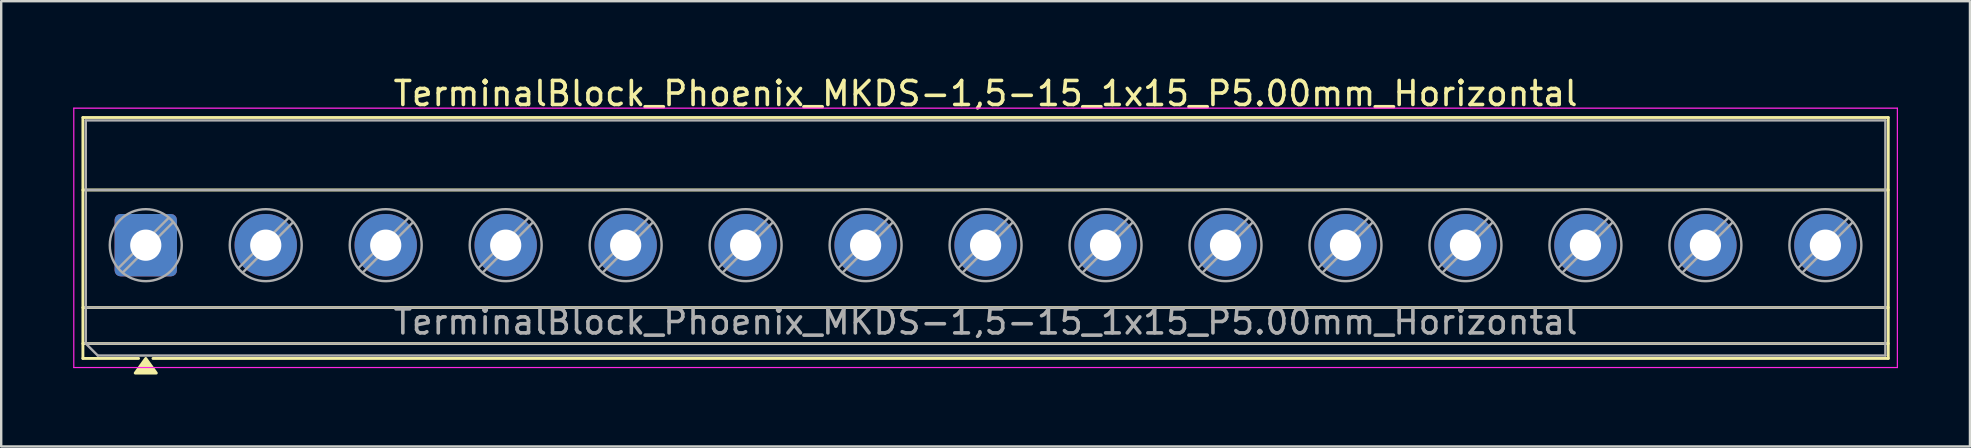
<source format=kicad_pcb>
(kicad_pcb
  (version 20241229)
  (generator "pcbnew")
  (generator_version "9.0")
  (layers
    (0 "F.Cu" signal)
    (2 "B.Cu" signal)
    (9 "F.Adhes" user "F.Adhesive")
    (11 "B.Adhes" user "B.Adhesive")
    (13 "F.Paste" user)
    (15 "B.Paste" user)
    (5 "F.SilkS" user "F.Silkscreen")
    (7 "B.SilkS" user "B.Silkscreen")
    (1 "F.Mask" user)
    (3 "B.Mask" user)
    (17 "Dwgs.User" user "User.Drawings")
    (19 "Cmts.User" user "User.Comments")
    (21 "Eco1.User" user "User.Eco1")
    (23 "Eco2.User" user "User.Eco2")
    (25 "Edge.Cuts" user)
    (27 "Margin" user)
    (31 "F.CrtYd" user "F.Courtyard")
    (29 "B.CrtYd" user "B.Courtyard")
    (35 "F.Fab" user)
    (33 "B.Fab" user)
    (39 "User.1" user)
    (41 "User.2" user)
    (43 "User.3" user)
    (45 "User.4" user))
  (footprint "TerminalBlock_Phoenix_MKDS-1,5-15_1x15_P5.00mm_Horizontal"
    (layer "F.Cu")
    (at 3.025 7.168)
    (property "Reference" "TerminalBlock_Phoenix_MKDS-1,5-15_1x15_P5.00mm_Horizontal" (at 35 -6.32 0) (layer "F.SilkS") (effects (font (size 1 1) (thickness 0.15))))
    (attr through_hole)
    (fp_line (start -2.62 -5.32) (end -2.62 4.72) (stroke (width 0.12) (type solid)) (layer "F.SilkS"))
    (fp_line (start -2.62 -5.32) (end 72.62 -5.32) (stroke (width 0.12) (type solid)) (layer "F.SilkS"))
    (fp_line (start -2.62 -2.3) (end 72.62 -2.3) (stroke (width 0.12) (type solid)) (layer "F.SilkS"))
    (fp_line (start -2.62 2.6) (end 72.62 2.6) (stroke (width 0.12) (type solid)) (layer "F.SilkS"))
    (fp_line (start -2.62 4.1) (end 72.62 4.1) (stroke (width 0.12) (type solid)) (layer "F.SilkS"))
    (fp_line (start -2.62 4.72) (end -0.3 4.72) (stroke (width 0.12) (type solid)) (layer "F.SilkS"))
    (fp_line (start 0.3 4.72) (end 72.62 4.72) (stroke (width 0.12) (type solid)) (layer "F.SilkS"))
    (fp_line (start 72.62 -5.32) (end 72.62 4.72) (stroke (width 0.12) (type solid)) (layer "F.SilkS"))
    (fp_poly (pts (xy 0 4.72) (xy 0.44 5.33) (xy -0.44 5.33)) (stroke (width 0.12) (type solid)) (fill yes) (layer "F.SilkS"))
    (fp_line (start -3 -5.71) (end -3 5.1) (stroke (width 0.05) (type solid)) (layer "F.CrtYd"))
    (fp_line (start -3 5.1) (end 73 5.1) (stroke (width 0.05) (type solid)) (layer "F.CrtYd"))
    (fp_line (start 73 -5.71) (end -3 -5.71) (stroke (width 0.05) (type solid)) (layer "F.CrtYd"))
    (fp_line (start 73 5.1) (end 73 -5.71) (stroke (width 0.05) (type solid)) (layer "F.CrtYd"))
    (fp_line (start -2.5 -5.2) (end 72.5 -5.2) (stroke (width 0.1) (type solid)) (layer "F.Fab"))
    (fp_line (start -2.5 -2.3) (end 72.5 -2.3) (stroke (width 0.1) (type solid)) (layer "F.Fab"))
    (fp_line (start -2.5 2.6) (end 72.5 2.6) (stroke (width 0.1) (type solid)) (layer "F.Fab"))
    (fp_line (start -2.5 4.1) (end -2.5 -5.2) (stroke (width 0.1) (type solid)) (layer "F.Fab"))
    (fp_line (start -2.5 4.1) (end 72.5 4.1) (stroke (width 0.1) (type solid)) (layer "F.Fab"))
    (fp_line (start -2 4.6) (end -2.5 4.1) (stroke (width 0.1) (type solid)) (layer "F.Fab"))
    (fp_line (start 0.955 -1.138) (end -1.138 0.954) (stroke (width 0.1) (type solid)) (layer "F.Fab"))
    (fp_line (start 1.138 -0.954) (end -0.955 1.137) (stroke (width 0.1) (type solid)) (layer "F.Fab"))
    (fp_line (start 5.955 -1.138) (end 3.862 0.954) (stroke (width 0.1) (type solid)) (layer "F.Fab"))
    (fp_line (start 6.138 -0.954) (end 4.045 1.137) (stroke (width 0.1) (type solid)) (layer "F.Fab"))
    (fp_line (start 10.955 -1.138) (end 8.862 0.954) (stroke (width 0.1) (type solid)) (layer "F.Fab"))
    (fp_line (start 11.138 -0.954) (end 9.045 1.137) (stroke (width 0.1) (type solid)) (layer "F.Fab"))
    (fp_line (start 15.955 -1.138) (end 13.862 0.954) (stroke (width 0.1) (type solid)) (layer "F.Fab"))
    (fp_line (start 16.138 -0.954) (end 14.045 1.137) (stroke (width 0.1) (type solid)) (layer "F.Fab"))
    (fp_line (start 20.955 -1.138) (end 18.862 0.954) (stroke (width 0.1) (type solid)) (layer "F.Fab"))
    (fp_line (start 21.138 -0.954) (end 19.045 1.137) (stroke (width 0.1) (type solid)) (layer "F.Fab"))
    (fp_line (start 25.955 -1.138) (end 23.862 0.954) (stroke (width 0.1) (type solid)) (layer "F.Fab"))
    (fp_line (start 26.138 -0.954) (end 24.045 1.137) (stroke (width 0.1) (type solid)) (layer "F.Fab"))
    (fp_line (start 30.955 -1.138) (end 28.862 0.954) (stroke (width 0.1) (type solid)) (layer "F.Fab"))
    (fp_line (start 31.138 -0.954) (end 29.045 1.137) (stroke (width 0.1) (type solid)) (layer "F.Fab"))
    (fp_line (start 35.955 -1.138) (end 33.862 0.954) (stroke (width 0.1) (type solid)) (layer "F.Fab"))
    (fp_line (start 36.138 -0.954) (end 34.045 1.137) (stroke (width 0.1) (type solid)) (layer "F.Fab"))
    (fp_line (start 40.955 -1.138) (end 38.862 0.954) (stroke (width 0.1) (type solid)) (layer "F.Fab"))
    (fp_line (start 41.138 -0.954) (end 39.045 1.137) (stroke (width 0.1) (type solid)) (layer "F.Fab"))
    (fp_line (start 45.955 -1.138) (end 43.862 0.954) (stroke (width 0.1) (type solid)) (layer "F.Fab"))
    (fp_line (start 46.138 -0.954) (end 44.045 1.137) (stroke (width 0.1) (type solid)) (layer "F.Fab"))
    (fp_line (start 50.955 -1.138) (end 48.862 0.954) (stroke (width 0.1) (type solid)) (layer "F.Fab"))
    (fp_line (start 51.138 -0.954) (end 49.045 1.137) (stroke (width 0.1) (type solid)) (layer "F.Fab"))
    (fp_line (start 55.955 -1.138) (end 53.862 0.954) (stroke (width 0.1) (type solid)) (layer "F.Fab"))
    (fp_line (start 56.138 -0.954) (end 54.045 1.137) (stroke (width 0.1) (type solid)) (layer "F.Fab"))
    (fp_line (start 60.955 -1.138) (end 58.862 0.954) (stroke (width 0.1) (type solid)) (layer "F.Fab"))
    (fp_line (start 61.138 -0.954) (end 59.045 1.137) (stroke (width 0.1) (type solid)) (layer "F.Fab"))
    (fp_line (start 65.955 -1.138) (end 63.862 0.954) (stroke (width 0.1) (type solid)) (layer "F.Fab"))
    (fp_line (start 66.138 -0.954) (end 64.045 1.137) (stroke (width 0.1) (type solid)) (layer "F.Fab"))
    (fp_line (start 70.955 -1.138) (end 68.862 0.954) (stroke (width 0.1) (type solid)) (layer "F.Fab"))
    (fp_line (start 71.138 -0.954) (end 69.045 1.137) (stroke (width 0.1) (type solid)) (layer "F.Fab"))
    (fp_line (start 72.5 -5.2) (end 72.5 4.6) (stroke (width 0.1) (type solid)) (layer "F.Fab"))
    (fp_line (start 72.5 4.6) (end -2 4.6) (stroke (width 0.1) (type solid)) (layer "F.Fab"))
    (fp_circle (center 0 0) (end 1.5 0) (stroke (width 0.1) (type solid)) (fill no) (layer "F.Fab"))
    (fp_circle (center 5 0) (end 6.5 0) (stroke (width 0.1) (type solid)) (fill no) (layer "F.Fab"))
    (fp_circle (center 10 0) (end 11.5 0) (stroke (width 0.1) (type solid)) (fill no) (layer "F.Fab"))
    (fp_circle (center 15 0) (end 16.5 0) (stroke (width 0.1) (type solid)) (fill no) (layer "F.Fab"))
    (fp_circle (center 20 0) (end 21.5 0) (stroke (width 0.1) (type solid)) (fill no) (layer "F.Fab"))
    (fp_circle (center 25 0) (end 26.5 0) (stroke (width 0.1) (type solid)) (fill no) (layer "F.Fab"))
    (fp_circle (center 30 0) (end 31.5 0) (stroke (width 0.1) (type solid)) (fill no) (layer "F.Fab"))
    (fp_circle (center 35 0) (end 36.5 0) (stroke (width 0.1) (type solid)) (fill no) (layer "F.Fab"))
    (fp_circle (center 40 0) (end 41.5 0) (stroke (width 0.1) (type solid)) (fill no) (layer "F.Fab"))
    (fp_circle (center 45 0) (end 46.5 0) (stroke (width 0.1) (type solid)) (fill no) (layer "F.Fab"))
    (fp_circle (center 50 0) (end 51.5 0) (stroke (width 0.1) (type solid)) (fill no) (layer "F.Fab"))
    (fp_circle (center 55 0) (end 56.5 0) (stroke (width 0.1) (type solid)) (fill no) (layer "F.Fab"))
    (fp_circle (center 60 0) (end 61.5 0) (stroke (width 0.1) (type solid)) (fill no) (layer "F.Fab"))
    (fp_circle (center 65 0) (end 66.5 0) (stroke (width 0.1) (type solid)) (fill no) (layer "F.Fab"))
    (fp_circle (center 70 0) (end 71.5 0) (stroke (width 0.1) (type solid)) (fill no) (layer "F.Fab"))
    (fp_text user "${REFERENCE}" (at 35 3.2 0) (layer "F.Fab") (effects (font (size 1 1) (thickness 0.15))))
    (pad "1" thru_hole roundrect (at 0 0) (size 2.6 2.6) (drill 1.3) (layers "*.Cu" "*.Mask") (roundrect_rratio 0.096))
    (pad "2" thru_hole circle (at 5 0) (size 2.6 2.6) (drill 1.3) (layers "*.Cu" "*.Mask"))
    (pad "3" thru_hole circle (at 10 0) (size 2.6 2.6) (drill 1.3) (layers "*.Cu" "*.Mask"))
    (pad "4" thru_hole circle (at 15 0) (size 2.6 2.6) (drill 1.3) (layers "*.Cu" "*.Mask"))
    (pad "5" thru_hole circle (at 20 0) (size 2.6 2.6) (drill 1.3) (layers "*.Cu" "*.Mask"))
    (pad "6" thru_hole circle (at 25 0) (size 2.6 2.6) (drill 1.3) (layers "*.Cu" "*.Mask"))
    (pad "7" thru_hole circle (at 30 0) (size 2.6 2.6) (drill 1.3) (layers "*.Cu" "*.Mask"))
    (pad "8" thru_hole circle (at 35 0) (size 2.6 2.6) (drill 1.3) (layers "*.Cu" "*.Mask"))
    (pad "9" thru_hole circle (at 40 0) (size 2.6 2.6) (drill 1.3) (layers "*.Cu" "*.Mask"))
    (pad "10" thru_hole circle (at 45 0) (size 2.6 2.6) (drill 1.3) (layers "*.Cu" "*.Mask"))
    (pad "11" thru_hole circle (at 50 0) (size 2.6 2.6) (drill 1.3) (layers "*.Cu" "*.Mask"))
    (pad "12" thru_hole circle (at 55 0) (size 2.6 2.6) (drill 1.3) (layers "*.Cu" "*.Mask"))
    (pad "13" thru_hole circle (at 60 0) (size 2.6 2.6) (drill 1.3) (layers "*.Cu" "*.Mask"))
    (pad "14" thru_hole circle (at 65 0) (size 2.6 2.6) (drill 1.3) (layers "*.Cu" "*.Mask"))
    (pad "15" thru_hole circle (at 70 0) (size 2.6 2.6) (drill 1.3) (layers "*.Cu" "*.Mask")))
  (gr_rect
    (start -3 -3)
    (end 79.05 15.558)
    (stroke (width 0.1) (type default))
    (fill no)
    (layer "Edge.Cuts")))
</source>
